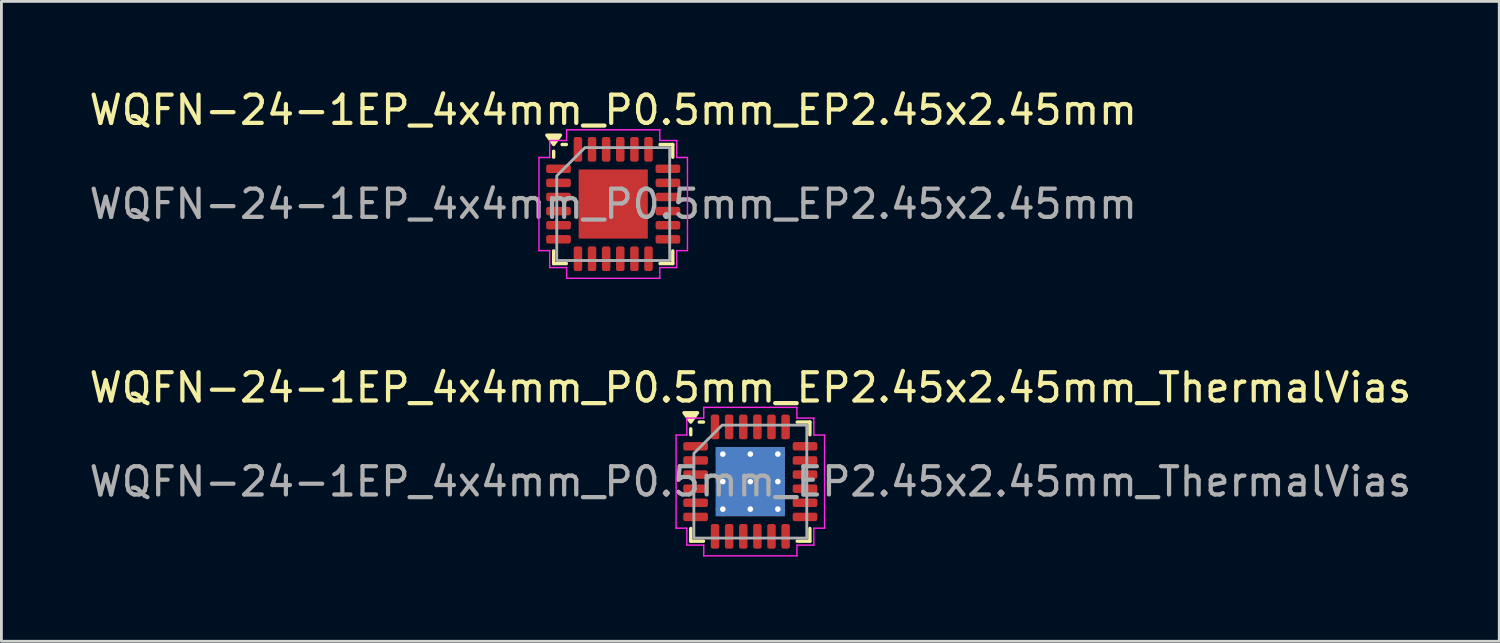
<source format=kicad_pcb>
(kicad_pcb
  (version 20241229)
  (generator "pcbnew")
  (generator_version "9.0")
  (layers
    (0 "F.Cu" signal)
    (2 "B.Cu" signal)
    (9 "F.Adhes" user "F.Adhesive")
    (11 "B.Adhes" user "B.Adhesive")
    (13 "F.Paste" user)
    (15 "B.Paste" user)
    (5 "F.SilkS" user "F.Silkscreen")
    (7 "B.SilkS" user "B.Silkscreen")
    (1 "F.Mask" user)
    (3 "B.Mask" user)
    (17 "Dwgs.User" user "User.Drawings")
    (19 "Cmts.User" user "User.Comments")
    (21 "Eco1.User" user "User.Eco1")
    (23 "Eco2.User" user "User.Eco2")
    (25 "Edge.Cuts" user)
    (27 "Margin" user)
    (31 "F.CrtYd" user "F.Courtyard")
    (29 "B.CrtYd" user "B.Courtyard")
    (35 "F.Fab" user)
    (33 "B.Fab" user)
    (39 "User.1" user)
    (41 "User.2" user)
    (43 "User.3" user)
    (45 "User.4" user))
  (footprint "WQFN-24-1EP_4x4mm_P0.5mm_EP2.45x2.45mm"
    (layer "F.Cu")
    (at 18.673 4.178)
    (property "Reference" "WQFN-24-1EP_4x4mm_P0.5mm_EP2.45x2.45mm" (at 0 -3.33 0) (layer "F.SilkS") (effects (font (size 1 1) (thickness 0.15))))
    (attr smd)
    (fp_line (start -2.11 -1.66) (end -2.11 -1.87) (stroke (width 0.12) (type solid)) (layer "F.SilkS"))
    (fp_line (start -2.11 2.11) (end -2.11 1.66) (stroke (width 0.12) (type solid)) (layer "F.SilkS"))
    (fp_line (start -1.66 -2.11) (end -1.81 -2.11) (stroke (width 0.12) (type solid)) (layer "F.SilkS"))
    (fp_line (start -1.66 2.11) (end -2.11 2.11) (stroke (width 0.12) (type solid)) (layer "F.SilkS"))
    (fp_line (start 1.66 -2.11) (end 2.11 -2.11) (stroke (width 0.12) (type solid)) (layer "F.SilkS"))
    (fp_line (start 1.66 2.11) (end 2.11 2.11) (stroke (width 0.12) (type solid)) (layer "F.SilkS"))
    (fp_line (start 2.11 -2.11) (end 2.11 -1.66) (stroke (width 0.12) (type solid)) (layer "F.SilkS"))
    (fp_line (start 2.11 2.11) (end 2.11 1.66) (stroke (width 0.12) (type solid)) (layer "F.SilkS"))
    (fp_poly (pts (xy -2.11 -2.11) (xy -2.35 -2.44) (xy -1.87 -2.44)) (stroke (width 0.12) (type solid)) (fill yes) (layer "F.SilkS"))
    (fp_line (start -2.63 -1.65) (end -2.25 -1.65) (stroke (width 0.05) (type solid)) (layer "F.CrtYd"))
    (fp_line (start -2.63 1.65) (end -2.63 -1.65) (stroke (width 0.05) (type solid)) (layer "F.CrtYd"))
    (fp_line (start -2.25 -2.25) (end -1.65 -2.25) (stroke (width 0.05) (type solid)) (layer "F.CrtYd"))
    (fp_line (start -2.25 -1.65) (end -2.25 -2.25) (stroke (width 0.05) (type solid)) (layer "F.CrtYd"))
    (fp_line (start -2.25 1.65) (end -2.63 1.65) (stroke (width 0.05) (type solid)) (layer "F.CrtYd"))
    (fp_line (start -2.25 2.25) (end -2.25 1.65) (stroke (width 0.05) (type solid)) (layer "F.CrtYd"))
    (fp_line (start -1.65 -2.63) (end 1.65 -2.63) (stroke (width 0.05) (type solid)) (layer "F.CrtYd"))
    (fp_line (start -1.65 -2.25) (end -1.65 -2.63) (stroke (width 0.05) (type solid)) (layer "F.CrtYd"))
    (fp_line (start -1.65 2.25) (end -2.25 2.25) (stroke (width 0.05) (type solid)) (layer "F.CrtYd"))
    (fp_line (start -1.65 2.63) (end -1.65 2.25) (stroke (width 0.05) (type solid)) (layer "F.CrtYd"))
    (fp_line (start 1.65 -2.63) (end 1.65 -2.25) (stroke (width 0.05) (type solid)) (layer "F.CrtYd"))
    (fp_line (start 1.65 -2.25) (end 2.25 -2.25) (stroke (width 0.05) (type solid)) (layer "F.CrtYd"))
    (fp_line (start 1.65 2.25) (end 1.65 2.63) (stroke (width 0.05) (type solid)) (layer "F.CrtYd"))
    (fp_line (start 1.65 2.63) (end -1.65 2.63) (stroke (width 0.05) (type solid)) (layer "F.CrtYd"))
    (fp_line (start 2.25 -2.25) (end 2.25 -1.65) (stroke (width 0.05) (type solid)) (layer "F.CrtYd"))
    (fp_line (start 2.25 -1.65) (end 2.63 -1.65) (stroke (width 0.05) (type solid)) (layer "F.CrtYd"))
    (fp_line (start 2.25 1.65) (end 2.25 2.25) (stroke (width 0.05) (type solid)) (layer "F.CrtYd"))
    (fp_line (start 2.25 2.25) (end 1.65 2.25) (stroke (width 0.05) (type solid)) (layer "F.CrtYd"))
    (fp_line (start 2.63 -1.65) (end 2.63 1.65) (stroke (width 0.05) (type solid)) (layer "F.CrtYd"))
    (fp_line (start 2.63 1.65) (end 2.25 1.65) (stroke (width 0.05) (type solid)) (layer "F.CrtYd"))
    (fp_poly (pts (xy -2 -1) (xy -2 2) (xy 2 2) (xy 2 -2) (xy -1 -2)) (stroke (width 0.1) (type solid)) (fill no) (layer "F.Fab"))
    (fp_text user "${REFERENCE}" (at 0 0 0) (layer "F.Fab") (effects (font (size 1 1) (thickness 0.15))))
    (pad "" smd roundrect (at -0.61 -0.61) (size 0.99 0.99) (layers "F.Paste") (roundrect_rratio 0.25))
    (pad "" smd roundrect (at -0.61 0.61) (size 0.99 0.99) (layers "F.Paste") (roundrect_rratio 0.25))
    (pad "" smd roundrect (at 0.61 -0.61) (size 0.99 0.99) (layers "F.Paste") (roundrect_rratio 0.25))
    (pad "" smd roundrect (at 0.61 0.61) (size 0.99 0.99) (layers "F.Paste") (roundrect_rratio 0.25))
    (pad "1" smd roundrect (at -1.938 -1.25) (size 0.875 0.3) (layers "F.Cu" "F.Mask" "F.Paste") (roundrect_rratio 0.25))
    (pad "2" smd roundrect (at -1.938 -0.75) (size 0.875 0.3) (layers "F.Cu" "F.Mask" "F.Paste") (roundrect_rratio 0.25))
    (pad "3" smd roundrect (at -1.938 -0.25) (size 0.875 0.3) (layers "F.Cu" "F.Mask" "F.Paste") (roundrect_rratio 0.25))
    (pad "4" smd roundrect (at -1.938 0.25) (size 0.875 0.3) (layers "F.Cu" "F.Mask" "F.Paste") (roundrect_rratio 0.25))
    (pad "5" smd roundrect (at -1.938 0.75) (size 0.875 0.3) (layers "F.Cu" "F.Mask" "F.Paste") (roundrect_rratio 0.25))
    (pad "6" smd roundrect (at -1.938 1.25) (size 0.875 0.3) (layers "F.Cu" "F.Mask" "F.Paste") (roundrect_rratio 0.25))
    (pad "7" smd roundrect (at -1.25 1.938) (size 0.3 0.875) (layers "F.Cu" "F.Mask" "F.Paste") (roundrect_rratio 0.25))
    (pad "8" smd roundrect (at -0.75 1.938) (size 0.3 0.875) (layers "F.Cu" "F.Mask" "F.Paste") (roundrect_rratio 0.25))
    (pad "9" smd roundrect (at -0.25 1.938) (size 0.3 0.875) (layers "F.Cu" "F.Mask" "F.Paste") (roundrect_rratio 0.25))
    (pad "10" smd roundrect (at 0.25 1.938) (size 0.3 0.875) (layers "F.Cu" "F.Mask" "F.Paste") (roundrect_rratio 0.25))
    (pad "11" smd roundrect (at 0.75 1.938) (size 0.3 0.875) (layers "F.Cu" "F.Mask" "F.Paste") (roundrect_rratio 0.25))
    (pad "12" smd roundrect (at 1.25 1.938) (size 0.3 0.875) (layers "F.Cu" "F.Mask" "F.Paste") (roundrect_rratio 0.25))
    (pad "13" smd roundrect (at 1.938 1.25) (size 0.875 0.3) (layers "F.Cu" "F.Mask" "F.Paste") (roundrect_rratio 0.25))
    (pad "14" smd roundrect (at 1.938 0.75) (size 0.875 0.3) (layers "F.Cu" "F.Mask" "F.Paste") (roundrect_rratio 0.25))
    (pad "15" smd roundrect (at 1.938 0.25) (size 0.875 0.3) (layers "F.Cu" "F.Mask" "F.Paste") (roundrect_rratio 0.25))
    (pad "16" smd roundrect (at 1.938 -0.25) (size 0.875 0.3) (layers "F.Cu" "F.Mask" "F.Paste") (roundrect_rratio 0.25))
    (pad "17" smd roundrect (at 1.938 -0.75) (size 0.875 0.3) (layers "F.Cu" "F.Mask" "F.Paste") (roundrect_rratio 0.25))
    (pad "18" smd roundrect (at 1.938 -1.25) (size 0.875 0.3) (layers "F.Cu" "F.Mask" "F.Paste") (roundrect_rratio 0.25))
    (pad "19" smd roundrect (at 1.25 -1.938) (size 0.3 0.875) (layers "F.Cu" "F.Mask" "F.Paste") (roundrect_rratio 0.25))
    (pad "20" smd roundrect (at 0.75 -1.938) (size 0.3 0.875) (layers "F.Cu" "F.Mask" "F.Paste") (roundrect_rratio 0.25))
    (pad "21" smd roundrect (at 0.25 -1.938) (size 0.3 0.875) (layers "F.Cu" "F.Mask" "F.Paste") (roundrect_rratio 0.25))
    (pad "22" smd roundrect (at -0.25 -1.938) (size 0.3 0.875) (layers "F.Cu" "F.Mask" "F.Paste") (roundrect_rratio 0.25))
    (pad "23" smd roundrect (at -0.75 -1.938) (size 0.3 0.875) (layers "F.Cu" "F.Mask" "F.Paste") (roundrect_rratio 0.25))
    (pad "24" smd roundrect (at -1.25 -1.938) (size 0.3 0.875) (layers "F.Cu" "F.Mask" "F.Paste") (roundrect_rratio 0.25))
    (pad "25" smd rect (at 0 0) (size 2.45 2.45) (property pad_prop_heatsink) (layers "F.Cu" "F.Mask")))
  (footprint "WQFN-24-1EP_4x4mm_P0.5mm_EP2.45x2.45mm_ThermalVias"
    (layer "F.Cu")
    (at 23.53 14.011)
    (property "Reference" "WQFN-24-1EP_4x4mm_P0.5mm_EP2.45x2.45mm_ThermalVias" (at 0 -3.33 0) (layer "F.SilkS") (effects (font (size 1 1) (thickness 0.15))))
    (attr smd)
    (fp_line (start -2.11 -1.66) (end -2.11 -1.87) (stroke (width 0.12) (type solid)) (layer "F.SilkS"))
    (fp_line (start -2.11 2.11) (end -2.11 1.66) (stroke (width 0.12) (type solid)) (layer "F.SilkS"))
    (fp_line (start -1.66 -2.11) (end -1.81 -2.11) (stroke (width 0.12) (type solid)) (layer "F.SilkS"))
    (fp_line (start -1.66 2.11) (end -2.11 2.11) (stroke (width 0.12) (type solid)) (layer "F.SilkS"))
    (fp_line (start 1.66 -2.11) (end 2.11 -2.11) (stroke (width 0.12) (type solid)) (layer "F.SilkS"))
    (fp_line (start 1.66 2.11) (end 2.11 2.11) (stroke (width 0.12) (type solid)) (layer "F.SilkS"))
    (fp_line (start 2.11 -2.11) (end 2.11 -1.66) (stroke (width 0.12) (type solid)) (layer "F.SilkS"))
    (fp_line (start 2.11 2.11) (end 2.11 1.66) (stroke (width 0.12) (type solid)) (layer "F.SilkS"))
    (fp_poly (pts (xy -2.11 -2.11) (xy -2.35 -2.44) (xy -1.87 -2.44)) (stroke (width 0.12) (type solid)) (fill yes) (layer "F.SilkS"))
    (fp_line (start -2.63 -1.65) (end -2.25 -1.65) (stroke (width 0.05) (type solid)) (layer "F.CrtYd"))
    (fp_line (start -2.63 1.65) (end -2.63 -1.65) (stroke (width 0.05) (type solid)) (layer "F.CrtYd"))
    (fp_line (start -2.25 -2.25) (end -1.65 -2.25) (stroke (width 0.05) (type solid)) (layer "F.CrtYd"))
    (fp_line (start -2.25 -1.65) (end -2.25 -2.25) (stroke (width 0.05) (type solid)) (layer "F.CrtYd"))
    (fp_line (start -2.25 1.65) (end -2.63 1.65) (stroke (width 0.05) (type solid)) (layer "F.CrtYd"))
    (fp_line (start -2.25 2.25) (end -2.25 1.65) (stroke (width 0.05) (type solid)) (layer "F.CrtYd"))
    (fp_line (start -1.65 -2.63) (end 1.65 -2.63) (stroke (width 0.05) (type solid)) (layer "F.CrtYd"))
    (fp_line (start -1.65 -2.25) (end -1.65 -2.63) (stroke (width 0.05) (type solid)) (layer "F.CrtYd"))
    (fp_line (start -1.65 2.25) (end -2.25 2.25) (stroke (width 0.05) (type solid)) (layer "F.CrtYd"))
    (fp_line (start -1.65 2.63) (end -1.65 2.25) (stroke (width 0.05) (type solid)) (layer "F.CrtYd"))
    (fp_line (start 1.65 -2.63) (end 1.65 -2.25) (stroke (width 0.05) (type solid)) (layer "F.CrtYd"))
    (fp_line (start 1.65 -2.25) (end 2.25 -2.25) (stroke (width 0.05) (type solid)) (layer "F.CrtYd"))
    (fp_line (start 1.65 2.25) (end 1.65 2.63) (stroke (width 0.05) (type solid)) (layer "F.CrtYd"))
    (fp_line (start 1.65 2.63) (end -1.65 2.63) (stroke (width 0.05) (type solid)) (layer "F.CrtYd"))
    (fp_line (start 2.25 -2.25) (end 2.25 -1.65) (stroke (width 0.05) (type solid)) (layer "F.CrtYd"))
    (fp_line (start 2.25 -1.65) (end 2.63 -1.65) (stroke (width 0.05) (type solid)) (layer "F.CrtYd"))
    (fp_line (start 2.25 1.65) (end 2.25 2.25) (stroke (width 0.05) (type solid)) (layer "F.CrtYd"))
    (fp_line (start 2.25 2.25) (end 1.65 2.25) (stroke (width 0.05) (type solid)) (layer "F.CrtYd"))
    (fp_line (start 2.63 -1.65) (end 2.63 1.65) (stroke (width 0.05) (type solid)) (layer "F.CrtYd"))
    (fp_line (start 2.63 1.65) (end 2.25 1.65) (stroke (width 0.05) (type solid)) (layer "F.CrtYd"))
    (fp_poly (pts (xy -2 -1) (xy -2 2) (xy 2 2) (xy 2 -2) (xy -1 -2)) (stroke (width 0.1) (type solid)) (fill no) (layer "F.Fab"))
    (fp_text user "${REFERENCE}" (at 0 0 0) (layer "F.Fab") (effects (font (size 1 1) (thickness 0.15))))
    (pad "" smd roundrect (at -0.61 -0.61) (size 1.06 1.06) (layers "F.Paste") (roundrect_rratio 0.236))
    (pad "" smd roundrect (at -0.61 0.61) (size 1.06 1.06) (layers "F.Paste") (roundrect_rratio 0.236))
    (pad "" smd roundrect (at 0.61 -0.61) (size 1.06 1.06) (layers "F.Paste") (roundrect_rratio 0.236))
    (pad "" smd roundrect (at 0.61 0.61) (size 1.06 1.06) (layers "F.Paste") (roundrect_rratio 0.236))
    (pad "1" smd roundrect (at -1.938 -1.25) (size 0.875 0.3) (layers "F.Cu" "F.Mask" "F.Paste") (roundrect_rratio 0.25))
    (pad "2" smd roundrect (at -1.938 -0.75) (size 0.875 0.3) (layers "F.Cu" "F.Mask" "F.Paste") (roundrect_rratio 0.25))
    (pad "3" smd roundrect (at -1.938 -0.25) (size 0.875 0.3) (layers "F.Cu" "F.Mask" "F.Paste") (roundrect_rratio 0.25))
    (pad "4" smd roundrect (at -1.938 0.25) (size 0.875 0.3) (layers "F.Cu" "F.Mask" "F.Paste") (roundrect_rratio 0.25))
    (pad "5" smd roundrect (at -1.938 0.75) (size 0.875 0.3) (layers "F.Cu" "F.Mask" "F.Paste") (roundrect_rratio 0.25))
    (pad "6" smd roundrect (at -1.938 1.25) (size 0.875 0.3) (layers "F.Cu" "F.Mask" "F.Paste") (roundrect_rratio 0.25))
    (pad "7" smd roundrect (at -1.25 1.938) (size 0.3 0.875) (layers "F.Cu" "F.Mask" "F.Paste") (roundrect_rratio 0.25))
    (pad "8" smd roundrect (at -0.75 1.938) (size 0.3 0.875) (layers "F.Cu" "F.Mask" "F.Paste") (roundrect_rratio 0.25))
    (pad "9" smd roundrect (at -0.25 1.938) (size 0.3 0.875) (layers "F.Cu" "F.Mask" "F.Paste") (roundrect_rratio 0.25))
    (pad "10" smd roundrect (at 0.25 1.938) (size 0.3 0.875) (layers "F.Cu" "F.Mask" "F.Paste") (roundrect_rratio 0.25))
    (pad "11" smd roundrect (at 0.75 1.938) (size 0.3 0.875) (layers "F.Cu" "F.Mask" "F.Paste") (roundrect_rratio 0.25))
    (pad "12" smd roundrect (at 1.25 1.938) (size 0.3 0.875) (layers "F.Cu" "F.Mask" "F.Paste") (roundrect_rratio 0.25))
    (pad "13" smd roundrect (at 1.938 1.25) (size 0.875 0.3) (layers "F.Cu" "F.Mask" "F.Paste") (roundrect_rratio 0.25))
    (pad "14" smd roundrect (at 1.938 0.75) (size 0.875 0.3) (layers "F.Cu" "F.Mask" "F.Paste") (roundrect_rratio 0.25))
    (pad "15" smd roundrect (at 1.938 0.25) (size 0.875 0.3) (layers "F.Cu" "F.Mask" "F.Paste") (roundrect_rratio 0.25))
    (pad "16" smd roundrect (at 1.938 -0.25) (size 0.875 0.3) (layers "F.Cu" "F.Mask" "F.Paste") (roundrect_rratio 0.25))
    (pad "17" smd roundrect (at 1.938 -0.75) (size 0.875 0.3) (layers "F.Cu" "F.Mask" "F.Paste") (roundrect_rratio 0.25))
    (pad "18" smd roundrect (at 1.938 -1.25) (size 0.875 0.3) (layers "F.Cu" "F.Mask" "F.Paste") (roundrect_rratio 0.25))
    (pad "19" smd roundrect (at 1.25 -1.938) (size 0.3 0.875) (layers "F.Cu" "F.Mask" "F.Paste") (roundrect_rratio 0.25))
    (pad "20" smd roundrect (at 0.75 -1.938) (size 0.3 0.875) (layers "F.Cu" "F.Mask" "F.Paste") (roundrect_rratio 0.25))
    (pad "21" smd roundrect (at 0.25 -1.938) (size 0.3 0.875) (layers "F.Cu" "F.Mask" "F.Paste") (roundrect_rratio 0.25))
    (pad "22" smd roundrect (at -0.25 -1.938) (size 0.3 0.875) (layers "F.Cu" "F.Mask" "F.Paste") (roundrect_rratio 0.25))
    (pad "23" smd roundrect (at -0.75 -1.938) (size 0.3 0.875) (layers "F.Cu" "F.Mask" "F.Paste") (roundrect_rratio 0.25))
    (pad "24" smd roundrect (at -1.25 -1.938) (size 0.3 0.875) (layers "F.Cu" "F.Mask" "F.Paste") (roundrect_rratio 0.25))
    (pad "25" thru_hole circle (at -0.975 -0.975) (size 0.5 0.5) (drill 0.2) (property pad_prop_heatsink) (layers "*.Cu"))
    (pad "25" thru_hole circle (at -0.975 0) (size 0.5 0.5) (drill 0.2) (property pad_prop_heatsink) (layers "*.Cu"))
    (pad "25" thru_hole circle (at -0.975 0.975) (size 0.5 0.5) (drill 0.2) (property pad_prop_heatsink) (layers "*.Cu"))
    (pad "25" thru_hole circle (at 0 -0.975) (size 0.5 0.5) (drill 0.2) (property pad_prop_heatsink) (layers "*.Cu"))
    (pad "25" thru_hole circle (at 0 0) (size 0.5 0.5) (drill 0.2) (property pad_prop_heatsink) (layers "*.Cu"))
    (pad "25" smd rect (at 0 0) (size 2.45 2.45) (property pad_prop_heatsink) (layers "F.Cu" "F.Mask"))
    (pad "25" smd rect (at 0 0) (size 2.45 2.45) (property pad_prop_heatsink) (layers "B.Cu"))
    (pad "25" thru_hole circle (at 0 0.975) (size 0.5 0.5) (drill 0.2) (property pad_prop_heatsink) (layers "*.Cu"))
    (pad "25" thru_hole circle (at 0.975 -0.975) (size 0.5 0.5) (drill 0.2) (property pad_prop_heatsink) (layers "*.Cu"))
    (pad "25" thru_hole circle (at 0.975 0) (size 0.5 0.5) (drill 0.2) (property pad_prop_heatsink) (layers "*.Cu"))
    (pad "25" thru_hole circle (at 0.975 0.975) (size 0.5 0.5) (drill 0.2) (property pad_prop_heatsink) (layers "*.Cu")))
  (gr_rect
    (start -3 -3)
    (end 50.06 19.666)
    (stroke (width 0.1) (type default))
    (fill no)
    (layer "Edge.Cuts")))
</source>
